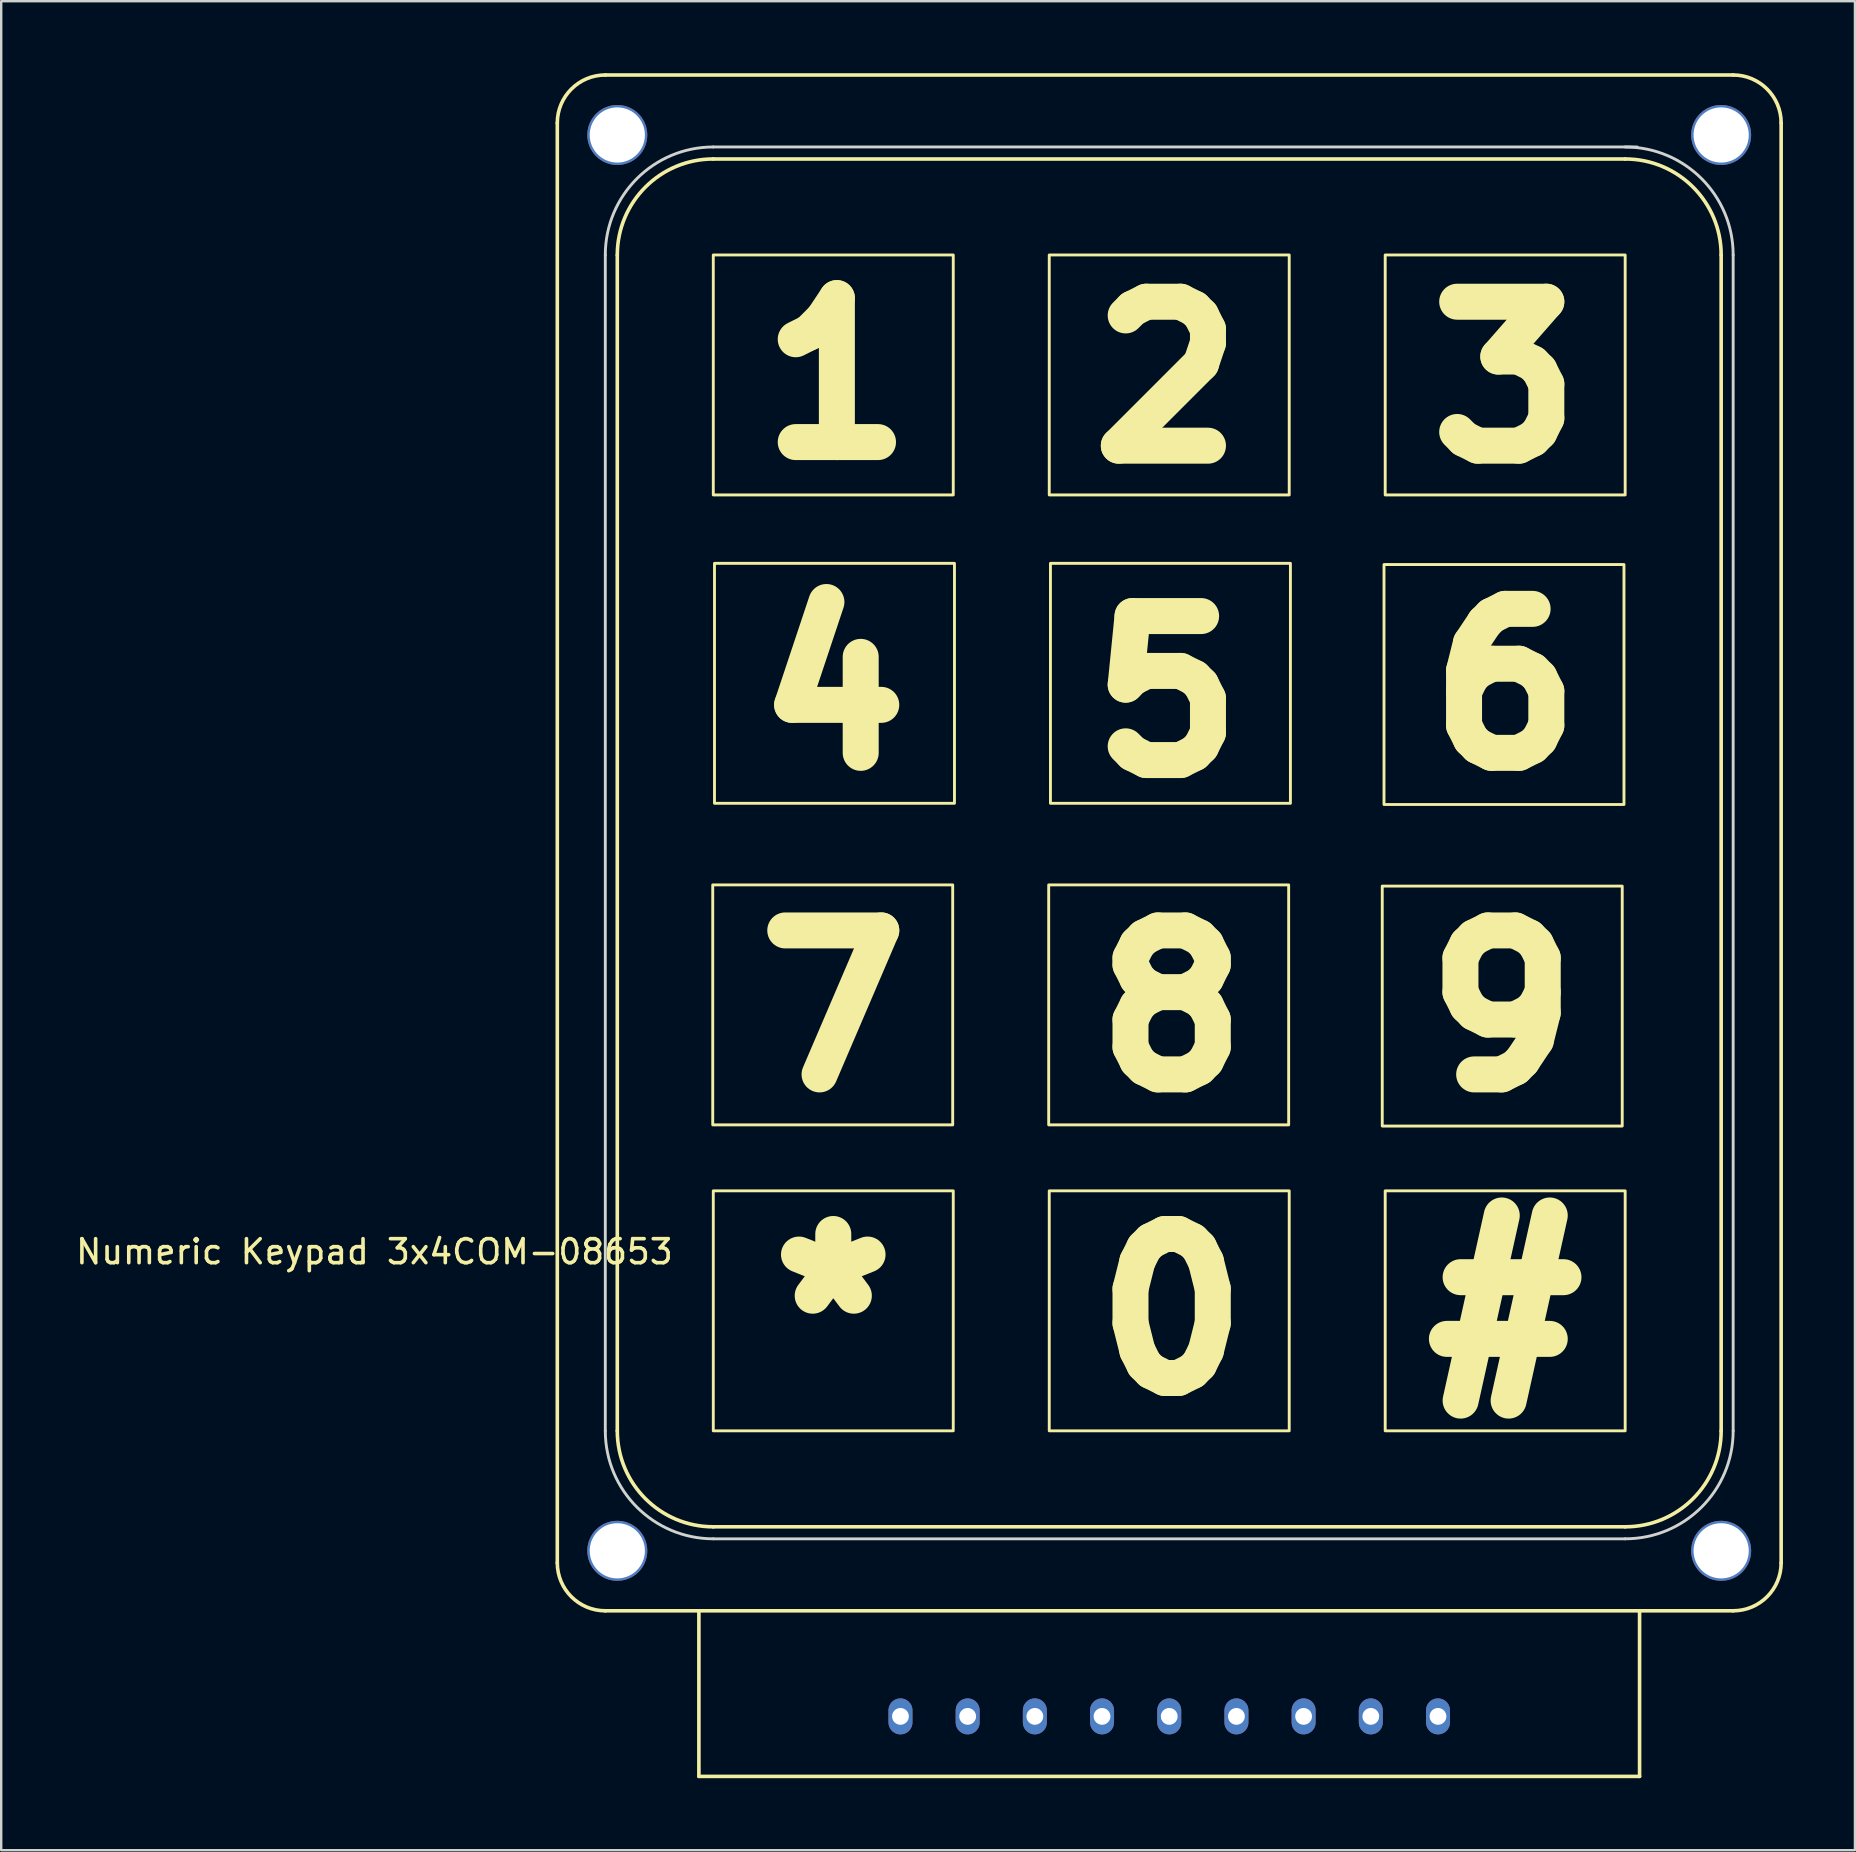
<source format=kicad_pcb>
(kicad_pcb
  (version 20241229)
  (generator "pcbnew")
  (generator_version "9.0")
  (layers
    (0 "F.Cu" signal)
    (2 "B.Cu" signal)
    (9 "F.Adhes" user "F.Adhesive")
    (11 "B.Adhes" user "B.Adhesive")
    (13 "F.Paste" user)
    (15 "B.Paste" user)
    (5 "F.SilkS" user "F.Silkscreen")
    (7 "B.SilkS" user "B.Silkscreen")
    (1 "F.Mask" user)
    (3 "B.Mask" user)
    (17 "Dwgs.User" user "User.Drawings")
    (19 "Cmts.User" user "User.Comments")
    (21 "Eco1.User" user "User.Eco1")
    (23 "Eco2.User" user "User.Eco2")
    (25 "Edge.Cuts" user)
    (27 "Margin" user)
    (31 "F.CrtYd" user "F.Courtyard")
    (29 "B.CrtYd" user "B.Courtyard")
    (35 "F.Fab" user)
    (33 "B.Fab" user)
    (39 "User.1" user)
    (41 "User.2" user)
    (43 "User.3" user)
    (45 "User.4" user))
  (footprint "Numeric Keypad 3x4COM-08653"
    (layer "F.Cu")
    (at 45.674 64.075)
    (property "Reference" "Numeric Keypad 3x4COM-08653" (at -33.12 -14.962 0) (unlocked yes) (layer "F.SilkS") (effects (font (size 1 1) (thickness 0.15))))
    (attr through_hole)
    (fp_line (start -25.5 -62) (end -25.5 -2) (stroke (width 0.15) (type solid)) (layer "F.SilkS"))
    (fp_line (start -23.5 0) (end 23.5 0) (stroke (width 0.15) (type solid)) (layer "F.SilkS"))
    (fp_line (start -23 -7.5) (end -23 -56.5) (stroke (width 0.15) (type solid)) (layer "F.SilkS"))
    (fp_line (start -19.6 0) (end -19.6 6.9) (stroke (width 0.15) (type solid)) (layer "F.SilkS"))
    (fp_line (start -19 -60.5) (end 19 -60.5) (stroke (width 0.15) (type solid)) (layer "F.SilkS"))
    (fp_line (start 19 -3.5) (end -19 -3.5) (stroke (width 0.15) (type solid)) (layer "F.SilkS"))
    (fp_line (start 19.6 0) (end 19.6 6.9) (stroke (width 0.15) (type solid)) (layer "F.SilkS"))
    (fp_line (start 19.6 6.9) (end -19.6 6.9) (stroke (width 0.15) (type solid)) (layer "F.SilkS"))
    (fp_line (start 23 -56.5) (end 23 -7.5) (stroke (width 0.15) (type solid)) (layer "F.SilkS"))
    (fp_line (start 23.5 -64) (end -23.5 -64) (stroke (width 0.15) (type solid)) (layer "F.SilkS"))
    (fp_line (start 25.5 -2) (end 25.5 -62) (stroke (width 0.15) (type solid)) (layer "F.SilkS"))
    (fp_rect (start -19.023 -20.25) (end -9.023 -30.25) (stroke (width 0.12) (type solid)) (fill no) (layer "F.SilkS"))
    (fp_rect (start -19 -46.5) (end -9 -56.5) (stroke (width 0.12) (type solid)) (fill no) (layer "F.SilkS"))
    (fp_rect (start -19 -7.5) (end -9 -17.5) (stroke (width 0.12) (type solid)) (fill no) (layer "F.SilkS"))
    (fp_rect (start -18.95 -33.65) (end -8.95 -43.65) (stroke (width 0.12) (type solid)) (fill no) (layer "F.SilkS"))
    (fp_rect (start -5.023 -20.25) (end 4.977 -30.25) (stroke (width 0.12) (type solid)) (fill no) (layer "F.SilkS"))
    (fp_rect (start -5 -46.5) (end 5 -56.5) (stroke (width 0.12) (type solid)) (fill no) (layer "F.SilkS"))
    (fp_rect (start -5 -7.5) (end 5 -17.5) (stroke (width 0.12) (type solid)) (fill no) (layer "F.SilkS"))
    (fp_rect (start -4.95 -33.65) (end 5.05 -43.65) (stroke (width 0.12) (type solid)) (fill no) (layer "F.SilkS"))
    (fp_rect (start 8.877 -20.2) (end 18.877 -30.2) (stroke (width 0.12) (type solid)) (fill no) (layer "F.SilkS"))
    (fp_rect (start 8.95 -33.6) (end 18.95 -43.6) (stroke (width 0.12) (type solid)) (fill no) (layer "F.SilkS"))
    (fp_rect (start 9 -46.5) (end 19 -56.5) (stroke (width 0.12) (type solid)) (fill no) (layer "F.SilkS"))
    (fp_rect (start 9 -7.5) (end 19 -17.5) (stroke (width 0.12) (type solid)) (fill no) (layer "F.SilkS"))
    (fp_arc (start -25.5 -62) (mid -24.914214 -63.414214) (end -23.5 -64) (stroke (width 0.15) (type solid)) (layer "F.SilkS"))
    (fp_arc (start -23.5 0) (mid -24.914214 -0.585786) (end -25.5 -2) (stroke (width 0.15) (type solid)) (layer "F.SilkS"))
    (fp_arc (start -23 -56.5) (mid -21.828427 -59.328427) (end -19 -60.5) (stroke (width 0.15) (type solid)) (layer "F.SilkS"))
    (fp_arc (start -19 -3.5) (mid -21.828427 -4.671573) (end -23 -7.5) (stroke (width 0.15) (type solid)) (layer "F.SilkS"))
    (fp_arc (start 19 -60.5) (mid 21.828427 -59.328427) (end 23 -56.5) (stroke (width 0.15) (type solid)) (layer "F.SilkS"))
    (fp_arc (start 23 -7.5) (mid 21.828427 -4.671573) (end 19 -3.5) (stroke (width 0.15) (type solid)) (layer "F.SilkS"))
    (fp_arc (start 23.5 -64) (mid 24.914214 -63.414214) (end 25.5 -62) (stroke (width 0.15) (type solid)) (layer "F.SilkS"))
    (fp_arc (start 25.5 -2) (mid 24.914214 -0.585786) (end 23.5 0) (stroke (width 0.15) (type solid)) (layer "F.SilkS"))
    (fp_line (start -23.5 -56.5) (end -23.5 -7.5) (stroke (width 0.12) (type solid)) (layer "Edge.Cuts"))
    (fp_line (start -19 -3) (end 19 -3) (stroke (width 0.12) (type solid)) (layer "Edge.Cuts"))
    (fp_line (start 19.5 -61) (end -19 -61) (stroke (width 0.12) (type solid)) (layer "Edge.Cuts"))
    (fp_line (start 23.5 -7.5) (end 23.5 -56.5) (stroke (width 0.12) (type solid)) (layer "Edge.Cuts"))
    (fp_arc (start -23.5 -56.5) (mid -22.181981 -59.681981) (end -19 -61) (stroke (width 0.12) (type solid)) (layer "Edge.Cuts"))
    (fp_arc (start -19 -3) (mid -22.181981 -4.318019) (end -23.5 -7.5) (stroke (width 0.12) (type solid)) (layer "Edge.Cuts"))
    (fp_arc (start 19 -61) (mid 22.181981 -59.681981) (end 23.5 -56.5) (stroke (width 0.12) (type solid)) (layer "Edge.Cuts"))
    (fp_arc (start 23.5 -7.5) (mid 22.181981 -4.318019) (end 19 -3) (stroke (width 0.12) (type solid)) (layer "Edge.Cuts"))
    (fp_text user "1" (at -13.85 -51.4 0) (unlocked yes) (layer "F.SilkS") (effects (font (size 6 6) (thickness 1.5))))
    (fp_text user "3" (at 14 -51.25 0) (unlocked yes) (layer "F.SilkS") (effects (font (size 6 6) (thickness 1.5))))
    (fp_text user "7" (at -14 -25.05 0) (unlocked yes) (layer "F.SilkS") (effects (font (size 6 6) (thickness 1.5))))
    (fp_text user "8" (at 0.1 -25.05 0) (unlocked yes) (layer "F.SilkS") (effects (font (size 6 6) (thickness 1.5))))
    (fp_text user "0" (at 0.1 -12.4 0) (unlocked yes) (layer "F.SilkS") (effects (font (size 6 6) (thickness 1.5))))
    (fp_text user "2" (at -0.1 -51.25 0) (unlocked yes) (layer "F.SilkS") (effects (font (size 6 6) (thickness 1.5))))
    (fp_text user "6" (at 14 -38.45 0) (unlocked yes) (layer "F.SilkS") (effects (font (size 6 6) (thickness 1.5))))
    (fp_text user "9" (at 13.85 -25.05 0) (unlocked yes) (layer "F.SilkS") (effects (font (size 6 6) (thickness 1.5))))
    (fp_text user "4" (at -14 -38.45 0) (unlocked yes) (layer "F.SilkS") (effects (font (size 6 6) (thickness 1.5))))
    (fp_text user "*" (at -14 -12.4 0) (unlocked yes) (layer "F.SilkS") (effects (font (size 6 6) (thickness 1.5))))
    (fp_text user "5" (at -0.1 -38.15 0) (unlocked yes) (layer "F.SilkS") (effects (font (size 6 6) (thickness 1.5))))
    (fp_text user "#" (at 14 -12.6 0) (unlocked yes) (layer "F.SilkS") (effects (font (size 6 6) (thickness 1.5))))
    (pad "" np_thru_hole circle (at -23 -61.5) (size 2.5 2.5) (drill 2.3) (layers "*.Cu" "*.Mask"))
    (pad "" np_thru_hole circle (at -23 -2.5) (size 2.5 2.5) (drill 2.3) (layers "*.Cu" "*.Mask"))
    (pad "" np_thru_hole circle (at 23 -61.5) (size 2.5 2.5) (drill 2.3) (layers "*.Cu" "*.Mask"))
    (pad "" np_thru_hole circle (at 23 -2.5) (size 2.5 2.5) (drill 2.3) (layers "*.Cu" "*.Mask"))
    (pad "0" thru_hole oval (at -11.2 4.4) (size 1 1.5) (drill 0.7) (layers "*.Cu" "*.Mask"))
    (pad "0" thru_hole oval (at 11.2 4.4) (size 1 1.5) (drill 0.7) (layers "*.Cu" "*.Mask"))
    (pad "1" thru_hole oval (at -8.4 4.4) (size 1 1.5) (drill 0.7) (layers "*.Cu" "*.Mask"))
    (pad "2" thru_hole oval (at -5.6 4.4) (size 1 1.5) (drill 0.7) (layers "*.Cu" "*.Mask"))
    (pad "3" thru_hole oval (at -2.8 4.4) (size 1 1.5) (drill 0.7) (layers "*.Cu" "*.Mask"))
    (pad "4" thru_hole oval (at 0 4.4) (size 1 1.5) (drill 0.7) (layers "*.Cu" "*.Mask"))
    (pad "5" thru_hole oval (at 2.8 4.4) (size 1 1.5) (drill 0.7) (layers "*.Cu" "*.Mask"))
    (pad "6" thru_hole oval (at 5.6 4.4) (size 1 1.5) (drill 0.7) (layers "*.Cu" "*.Mask"))
    (pad "7" thru_hole oval (at 8.4 4.4) (size 1 1.5) (drill 0.7) (layers "*.Cu" "*.Mask")))
  (gr_rect
    (start -3 -3)
    (end 74.249 74.05)
    (stroke (width 0.1) (type default))
    (fill no)
    (layer "Edge.Cuts")))
</source>
